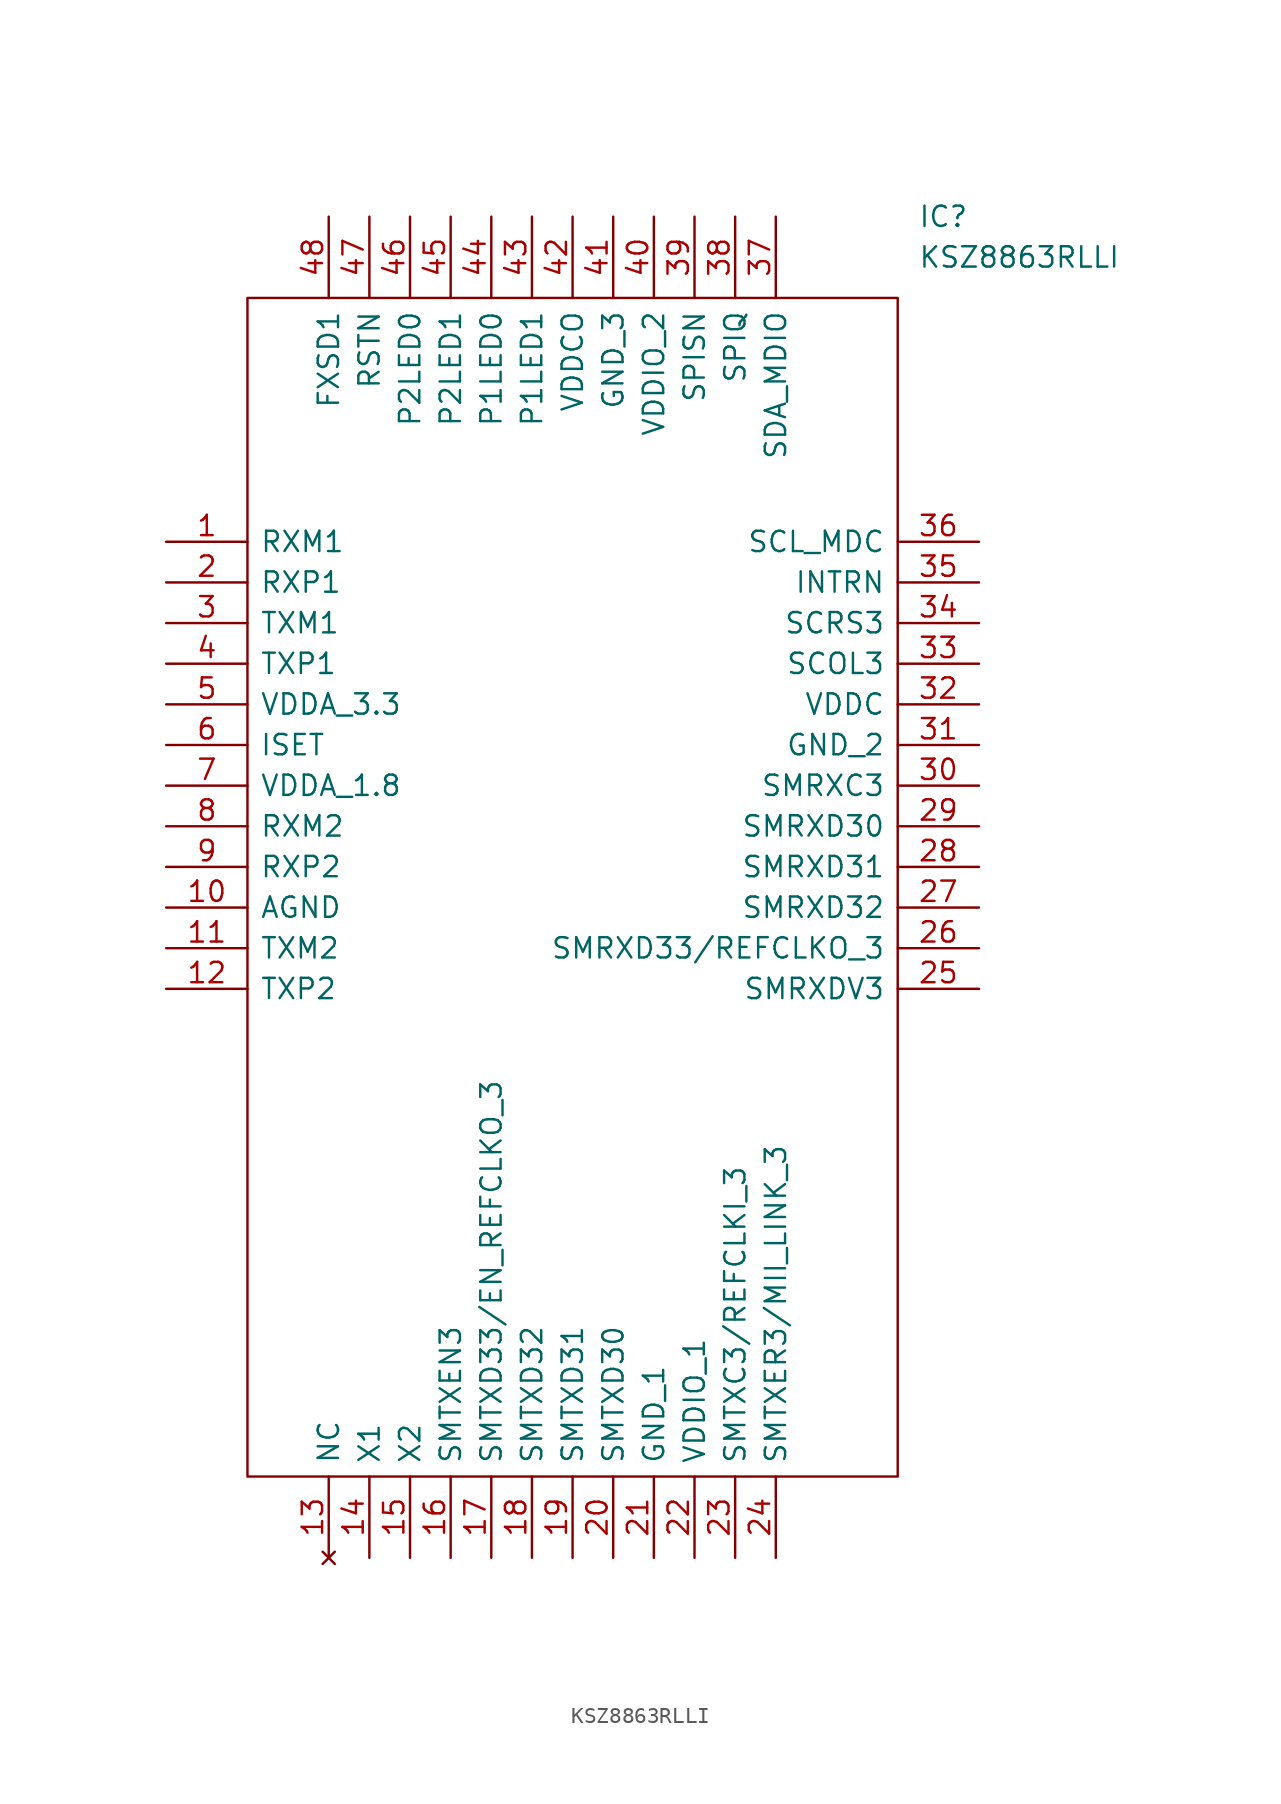
<source format=kicad_sym>
(kicad_symbol_lib
  (version 20220914)
  (generator kicad_symbol_editor)
  (symbol "KSZ8863RLLI"
    (pin_names
      (offset 0.762))
    (property "Reference" "IC"
      (at 46.99 20.32 0)
      (effects (font (size 1.27 1.27)) (justify left)))
    (property "Value" "KSZ8863RLLI"
      (at 46.99 17.78 0)
      (effects (font (size 1.27 1.27)) (justify left)))
    (symbol "KSZ8863RLLI_0_0"
      (pin passive line (at 0 0 0) (length 5.08) (name "RXM1" (effects (font (size 1.27 1.27)))) (number "1" (effects (font (size 1.27 1.27)))))
      (pin passive line (at 0 -22.86 0) (length 5.08) (name "AGND" (effects (font (size 1.27 1.27)))) (number "10" (effects (font (size 1.27 1.27)))))
      (pin passive line (at 0 -25.4 0) (length 5.08) (name "TXM2" (effects (font (size 1.27 1.27)))) (number "11" (effects (font (size 1.27 1.27)))))
      (pin passive line (at 0 -27.94 0) (length 5.08) (name "TXP2" (effects (font (size 1.27 1.27)))) (number "12" (effects (font (size 1.27 1.27)))))
      (pin no_connect line (at 10.16 -63.5 90) (length 5.08) (name "NC" (effects (font (size 1.27 1.27)))) (number "13" (effects (font (size 1.27 1.27)))))
      (pin passive line (at 12.7 -63.5 90) (length 5.08) (name "X1" (effects (font (size 1.27 1.27)))) (number "14" (effects (font (size 1.27 1.27)))))
      (pin passive line (at 15.24 -63.5 90) (length 5.08) (name "X2" (effects (font (size 1.27 1.27)))) (number "15" (effects (font (size 1.27 1.27)))))
      (pin passive line (at 17.78 -63.5 90) (length 5.08) (name "SMTXEN3" (effects (font (size 1.27 1.27)))) (number "16" (effects (font (size 1.27 1.27)))))
      (pin passive line (at 20.32 -63.5 90) (length 5.08) (name "SMTXD33/EN_REFCLKO_3" (effects (font (size 1.27 1.27)))) (number "17" (effects (font (size 1.27 1.27)))))
      (pin passive line (at 22.86 -63.5 90) (length 5.08) (name "SMTXD32" (effects (font (size 1.27 1.27)))) (number "18" (effects (font (size 1.27 1.27)))))
      (pin passive line (at 25.4 -63.5 90) (length 5.08) (name "SMTXD31" (effects (font (size 1.27 1.27)))) (number "19" (effects (font (size 1.27 1.27)))))
      (pin passive line (at 0 -2.54 0) (length 5.08) (name "RXP1" (effects (font (size 1.27 1.27)))) (number "2" (effects (font (size 1.27 1.27)))))
      (pin passive line (at 27.94 -63.5 90) (length 5.08) (name "SMTXD30" (effects (font (size 1.27 1.27)))) (number "20" (effects (font (size 1.27 1.27)))))
      (pin passive line (at 30.48 -63.5 90) (length 5.08) (name "GND_1" (effects (font (size 1.27 1.27)))) (number "21" (effects (font (size 1.27 1.27)))))
      (pin passive line (at 33.02 -63.5 90) (length 5.08) (name "VDDIO_1" (effects (font (size 1.27 1.27)))) (number "22" (effects (font (size 1.27 1.27)))))
      (pin passive line (at 35.56 -63.5 90) (length 5.08) (name "SMTXC3/REFCLKI_3" (effects (font (size 1.27 1.27)))) (number "23" (effects (font (size 1.27 1.27)))))
      (pin passive line (at 38.1 -63.5 90) (length 5.08) (name "SMTXER3/MII_LINK_3" (effects (font (size 1.27 1.27)))) (number "24" (effects (font (size 1.27 1.27)))))
      (pin passive line (at 50.8 -27.94 180) (length 5.08) (name "SMRXDV3" (effects (font (size 1.27 1.27)))) (number "25" (effects (font (size 1.27 1.27)))))
      (pin passive line (at 50.8 -25.4 180) (length 5.08) (name "SMRXD33/REFCLKO_3" (effects (font (size 1.27 1.27)))) (number "26" (effects (font (size 1.27 1.27)))))
      (pin passive line (at 50.8 -22.86 180) (length 5.08) (name "SMRXD32" (effects (font (size 1.27 1.27)))) (number "27" (effects (font (size 1.27 1.27)))))
      (pin passive line (at 50.8 -20.32 180) (length 5.08) (name "SMRXD31" (effects (font (size 1.27 1.27)))) (number "28" (effects (font (size 1.27 1.27)))))
      (pin passive line (at 50.8 -17.78 180) (length 5.08) (name "SMRXD30" (effects (font (size 1.27 1.27)))) (number "29" (effects (font (size 1.27 1.27)))))
      (pin passive line (at 0 -5.08 0) (length 5.08) (name "TXM1" (effects (font (size 1.27 1.27)))) (number "3" (effects (font (size 1.27 1.27)))))
      (pin passive line (at 50.8 -15.24 180) (length 5.08) (name "SMRXC3" (effects (font (size 1.27 1.27)))) (number "30" (effects (font (size 1.27 1.27)))))
      (pin passive line (at 50.8 -12.7 180) (length 5.08) (name "GND_2" (effects (font (size 1.27 1.27)))) (number "31" (effects (font (size 1.27 1.27)))))
      (pin passive line (at 50.8 -10.16 180) (length 5.08) (name "VDDC" (effects (font (size 1.27 1.27)))) (number "32" (effects (font (size 1.27 1.27)))))
      (pin passive line (at 50.8 -7.62 180) (length 5.08) (name "SCOL3" (effects (font (size 1.27 1.27)))) (number "33" (effects (font (size 1.27 1.27)))))
      (pin passive line (at 50.8 -5.08 180) (length 5.08) (name "SCRS3" (effects (font (size 1.27 1.27)))) (number "34" (effects (font (size 1.27 1.27)))))
      (pin passive line (at 50.8 -2.54 180) (length 5.08) (name "INTRN" (effects (font (size 1.27 1.27)))) (number "35" (effects (font (size 1.27 1.27)))))
      (pin passive line (at 50.8 0 180) (length 5.08) (name "SCL_MDC" (effects (font (size 1.27 1.27)))) (number "36" (effects (font (size 1.27 1.27)))))
      (pin passive line (at 38.1 20.32 270) (length 5.08) (name "SDA_MDIO" (effects (font (size 1.27 1.27)))) (number "37" (effects (font (size 1.27 1.27)))))
      (pin passive line (at 35.56 20.32 270) (length 5.08) (name "SPIQ" (effects (font (size 1.27 1.27)))) (number "38" (effects (font (size 1.27 1.27)))))
      (pin passive line (at 33.02 20.32 270) (length 5.08) (name "SPISN" (effects (font (size 1.27 1.27)))) (number "39" (effects (font (size 1.27 1.27)))))
      (pin passive line (at 0 -7.62 0) (length 5.08) (name "TXP1" (effects (font (size 1.27 1.27)))) (number "4" (effects (font (size 1.27 1.27)))))
      (pin passive line (at 30.48 20.32 270) (length 5.08) (name "VDDIO_2" (effects (font (size 1.27 1.27)))) (number "40" (effects (font (size 1.27 1.27)))))
      (pin passive line (at 27.94 20.32 270) (length 5.08) (name "GND_3" (effects (font (size 1.27 1.27)))) (number "41" (effects (font (size 1.27 1.27)))))
      (pin passive line (at 25.4 20.32 270) (length 5.08) (name "VDDCO" (effects (font (size 1.27 1.27)))) (number "42" (effects (font (size 1.27 1.27)))))
      (pin passive line (at 22.86 20.32 270) (length 5.08) (name "P1LED1" (effects (font (size 1.27 1.27)))) (number "43" (effects (font (size 1.27 1.27)))))
      (pin passive line (at 20.32 20.32 270) (length 5.08) (name "P1LED0" (effects (font (size 1.27 1.27)))) (number "44" (effects (font (size 1.27 1.27)))))
      (pin passive line (at 17.78 20.32 270) (length 5.08) (name "P2LED1" (effects (font (size 1.27 1.27)))) (number "45" (effects (font (size 1.27 1.27)))))
      (pin passive line (at 15.24 20.32 270) (length 5.08) (name "P2LED0" (effects (font (size 1.27 1.27)))) (number "46" (effects (font (size 1.27 1.27)))))
      (pin passive line (at 12.7 20.32 270) (length 5.08) (name "RSTN" (effects (font (size 1.27 1.27)))) (number "47" (effects (font (size 1.27 1.27)))))
      (pin passive line (at 10.16 20.32 270) (length 5.08) (name "FXSD1" (effects (font (size 1.27 1.27)))) (number "48" (effects (font (size 1.27 1.27)))))
      (pin passive line (at 0 -10.16 0) (length 5.08) (name "VDDA_3.3" (effects (font (size 1.27 1.27)))) (number "5" (effects (font (size 1.27 1.27)))))
      (pin passive line (at 0 -12.7 0) (length 5.08) (name "ISET" (effects (font (size 1.27 1.27)))) (number "6" (effects (font (size 1.27 1.27)))))
      (pin passive line (at 0 -15.24 0) (length 5.08) (name "VDDA_1.8" (effects (font (size 1.27 1.27)))) (number "7" (effects (font (size 1.27 1.27)))))
      (pin passive line (at 0 -17.78 0) (length 5.08) (name "RXM2" (effects (font (size 1.27 1.27)))) (number "8" (effects (font (size 1.27 1.27)))))
      (pin passive line (at 0 -20.32 0) (length 5.08) (name "RXP2" (effects (font (size 1.27 1.27)))) (number "9" (effects (font (size 1.27 1.27))))))
    (symbol "KSZ8863RLLI_0_1"
      (polyline (pts (xy 5.08 15.24) (xy 45.72 15.24) (xy 45.72 -58.42) (xy 5.08 -58.42) (xy 5.08 15.24)) (stroke (width 0.152) (type default)) (fill (type none))))))
</source>
